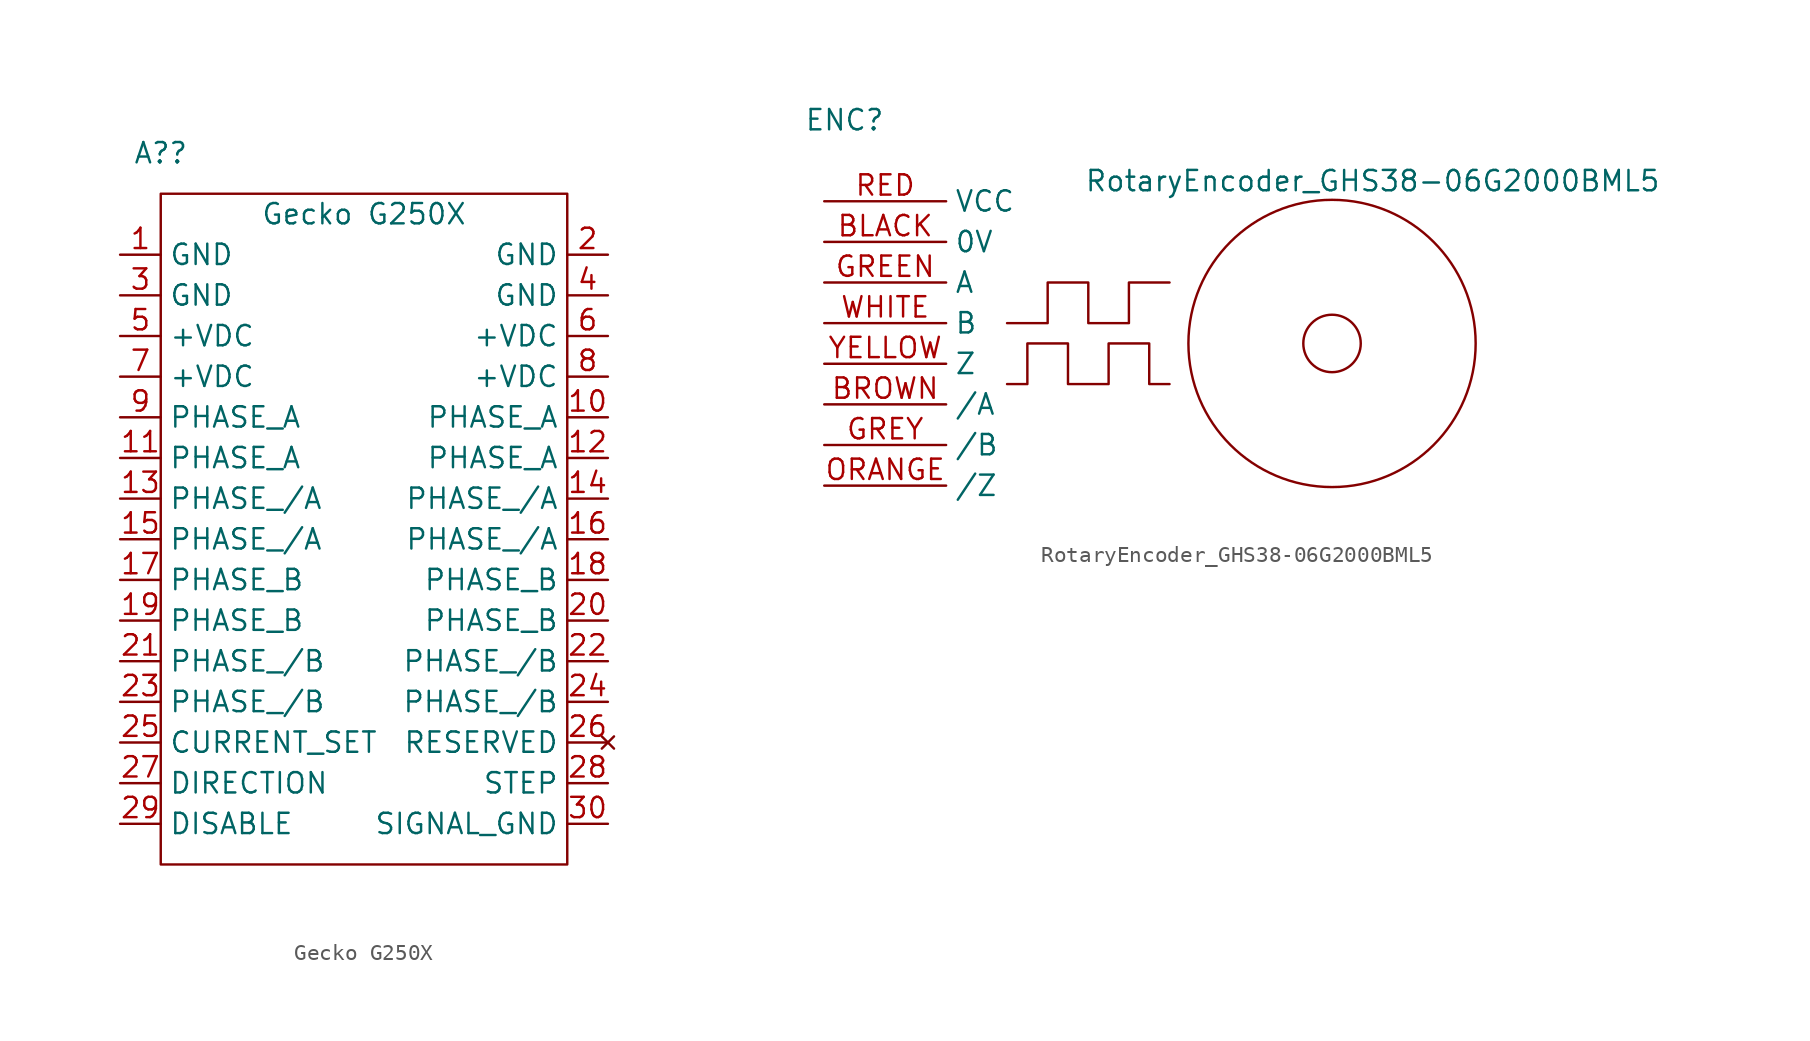
<source format=kicad_sym>
(kicad_symbol_lib
  (version 20211014)
  (generator kicad_symbol_editor)
  (symbol "Gecko G250X"
    (property "Reference" "A?"
      (at -7.62 40.64 0)
      (effects (font (size 1.27 1.27))))
    (property "Value" "Gecko G250X"
      (at 5.08 36.83 0)
      (effects (font (size 1.27 1.27))))
    (symbol "Gecko G250X_0_1"
      (rectangle (start -7.62 38.1) (end 17.78 -3.81) (stroke (width 0) (type default) (color 0 0 0 0)) (fill (type none))))
    (symbol "Gecko G250X_1_1"
      (pin power_in line (at -10.16 34.29 0) (length 2.54) (name "GND" (effects (font (size 1.27 1.27)))) (number "1" (effects (font (size 1.27 1.27)))))
      (pin power_out line (at 20.32 24.13 180) (length 2.54) (name "PHASE_A" (effects (font (size 1.27 1.27)))) (number "10" (effects (font (size 1.27 1.27)))))
      (pin power_out line (at -10.16 21.59 0) (length 2.54) (name "PHASE_A" (effects (font (size 1.27 1.27)))) (number "11" (effects (font (size 1.27 1.27)))))
      (pin power_out line (at 20.32 21.59 180) (length 2.54) (name "PHASE_A" (effects (font (size 1.27 1.27)))) (number "12" (effects (font (size 1.27 1.27)))))
      (pin power_out line (at -10.16 19.05 0) (length 2.54) (name "PHASE_/A" (effects (font (size 1.27 1.27)))) (number "13" (effects (font (size 1.27 1.27)))))
      (pin power_out line (at 20.32 19.05 180) (length 2.54) (name "PHASE_/A" (effects (font (size 1.27 1.27)))) (number "14" (effects (font (size 1.27 1.27)))))
      (pin power_out line (at -10.16 16.51 0) (length 2.54) (name "PHASE_/A" (effects (font (size 1.27 1.27)))) (number "15" (effects (font (size 1.27 1.27)))))
      (pin power_out line (at 20.32 16.51 180) (length 2.54) (name "PHASE_/A" (effects (font (size 1.27 1.27)))) (number "16" (effects (font (size 1.27 1.27)))))
      (pin power_out line (at -10.16 13.97 0) (length 2.54) (name "PHASE_B" (effects (font (size 1.27 1.27)))) (number "17" (effects (font (size 1.27 1.27)))))
      (pin power_out line (at 20.32 13.97 180) (length 2.54) (name "PHASE_B" (effects (font (size 1.27 1.27)))) (number "18" (effects (font (size 1.27 1.27)))))
      (pin power_out line (at -10.16 11.43 0) (length 2.54) (name "PHASE_B" (effects (font (size 1.27 1.27)))) (number "19" (effects (font (size 1.27 1.27)))))
      (pin power_in line (at 20.32 34.29 180) (length 2.54) (name "GND" (effects (font (size 1.27 1.27)))) (number "2" (effects (font (size 1.27 1.27)))))
      (pin power_out line (at 20.32 11.43 180) (length 2.54) (name "PHASE_B" (effects (font (size 1.27 1.27)))) (number "20" (effects (font (size 1.27 1.27)))))
      (pin power_out line (at -10.16 8.89 0) (length 2.54) (name "PHASE_/B" (effects (font (size 1.27 1.27)))) (number "21" (effects (font (size 1.27 1.27)))))
      (pin power_out line (at 20.32 8.89 180) (length 2.54) (name "PHASE_/B" (effects (font (size 1.27 1.27)))) (number "22" (effects (font (size 1.27 1.27)))))
      (pin power_out line (at -10.16 6.35 0) (length 2.54) (name "PHASE_/B" (effects (font (size 1.27 1.27)))) (number "23" (effects (font (size 1.27 1.27)))))
      (pin power_out line (at 20.32 6.35 180) (length 2.54) (name "PHASE_/B" (effects (font (size 1.27 1.27)))) (number "24" (effects (font (size 1.27 1.27)))))
      (pin output line (at -10.16 3.81 0) (length 2.54) (name "CURRENT_SET" (effects (font (size 1.27 1.27)))) (number "25" (effects (font (size 1.27 1.27)))))
      (pin no_connect line (at 20.32 3.81 180) (length 2.54) (name "RESERVED" (effects (font (size 1.27 1.27)))) (number "26" (effects (font (size 1.27 1.27)))))
      (pin input line (at -10.16 1.27 0) (length 2.54) (name "DIRECTION" (effects (font (size 1.27 1.27)))) (number "27" (effects (font (size 1.27 1.27)))))
      (pin input line (at 20.32 1.27 180) (length 2.54) (name "STEP" (effects (font (size 1.27 1.27)))) (number "28" (effects (font (size 1.27 1.27)))))
      (pin input line (at -10.16 -1.27 0) (length 2.54) (name "DISABLE" (effects (font (size 1.27 1.27)))) (number "29" (effects (font (size 1.27 1.27)))))
      (pin power_in line (at -10.16 31.75 0) (length 2.54) (name "GND" (effects (font (size 1.27 1.27)))) (number "3" (effects (font (size 1.27 1.27)))))
      (pin input line (at 20.32 -1.27 180) (length 2.54) (name "SIGNAL_GND" (effects (font (size 1.27 1.27)))) (number "30" (effects (font (size 1.27 1.27)))))
      (pin power_in line (at 20.32 31.75 180) (length 2.54) (name "GND" (effects (font (size 1.27 1.27)))) (number "4" (effects (font (size 1.27 1.27)))))
      (pin power_in line (at -10.16 29.21 0) (length 2.54) (name "+VDC" (effects (font (size 1.27 1.27)))) (number "5" (effects (font (size 1.27 1.27)))))
      (pin power_in line (at 20.32 29.21 180) (length 2.54) (name "+VDC" (effects (font (size 1.27 1.27)))) (number "6" (effects (font (size 1.27 1.27)))))
      (pin power_in line (at -10.16 26.67 0) (length 2.54) (name "+VDC" (effects (font (size 1.27 1.27)))) (number "7" (effects (font (size 1.27 1.27)))))
      (pin power_in line (at 20.32 26.67 180) (length 2.54) (name "+VDC" (effects (font (size 1.27 1.27)))) (number "8" (effects (font (size 1.27 1.27)))))
      (pin power_out line (at -10.16 24.13 0) (length 2.54) (name "PHASE_A" (effects (font (size 1.27 1.27)))) (number "9" (effects (font (size 1.27 1.27)))))))
  (symbol "RotaryEncoder_GHS38-06G2000BML5"
    (property "Reference" "ENC"
      (at -3.81 3.81 0)
      (effects (font (size 1.27 1.27))))
    (property "Value" "RotaryEncoder_GHS38-06G2000BML5"
      (at 29.21 0 0)
      (effects (font (size 1.27 1.27))))
    (symbol "RotaryEncoder_GHS38-06G2000BML5_0_1"
      (polyline (pts (xy 6.35 -8.89) (xy 8.89 -8.89) (xy 8.89 -6.35) (xy 11.43 -6.35) (xy 11.43 -8.89) (xy 13.97 -8.89) (xy 13.97 -6.35) (xy 16.51 -6.35)) (stroke (width 0) (type default) (color 0 0 0 0)) (fill (type none)))
      (polyline (pts (xy 6.35 -12.7) (xy 7.62 -12.7) (xy 7.62 -10.16) (xy 10.16 -10.16) (xy 10.16 -12.7) (xy 12.7 -12.7) (xy 12.7 -10.16) (xy 15.24 -10.16) (xy 15.24 -12.7) (xy 16.51 -12.7)) (stroke (width 0) (type default) (color 0 0 0 0)) (fill (type none)))
      (circle (center 26.67 -10.16) (radius 1.796) (stroke (width 0) (type default) (color 0 0 0 0)) (fill (type none)))
      (circle (center 26.67 -10.16) (radius 8.98) (stroke (width 0) (type default) (color 0 0 0 0)) (fill (type none))))
    (symbol "RotaryEncoder_GHS38-06G2000BML5_1_1"
      (pin input line (at -5.08 -3.81 0) (length 7.62) (name "0V" (effects (font (size 1.27 1.27)))) (number "BLACK" (effects (font (size 1.27 1.27)))))
      (pin output line (at -5.08 -13.97 0) (length 7.62) (name "/A" (effects (font (size 1.27 1.27)))) (number "BROWN" (effects (font (size 1.27 1.27)))))
      (pin output line (at -5.08 -6.35 0) (length 7.62) (name "A" (effects (font (size 1.27 1.27)))) (number "GREEN" (effects (font (size 1.27 1.27)))))
      (pin output line (at -5.08 -16.51 0) (length 7.62) (name "/B" (effects (font (size 1.27 1.27)))) (number "GREY" (effects (font (size 1.27 1.27)))))
      (pin output line (at -5.08 -19.05 0) (length 7.62) (name "/Z" (effects (font (size 1.27 1.27)))) (number "ORANGE" (effects (font (size 1.27 1.27)))))
      (pin input line (at -5.08 -1.27 0) (length 7.62) (name "VCC" (effects (font (size 1.27 1.27)))) (number "RED" (effects (font (size 1.27 1.27)))))
      (pin output line (at -5.08 -8.89 0) (length 7.62) (name "B" (effects (font (size 1.27 1.27)))) (number "WHITE" (effects (font (size 1.27 1.27)))))
      (pin output line (at -5.08 -11.43 0) (length 7.62) (name "Z" (effects (font (size 1.27 1.27)))) (number "YELLOW" (effects (font (size 1.27 1.27))))))))
</source>
